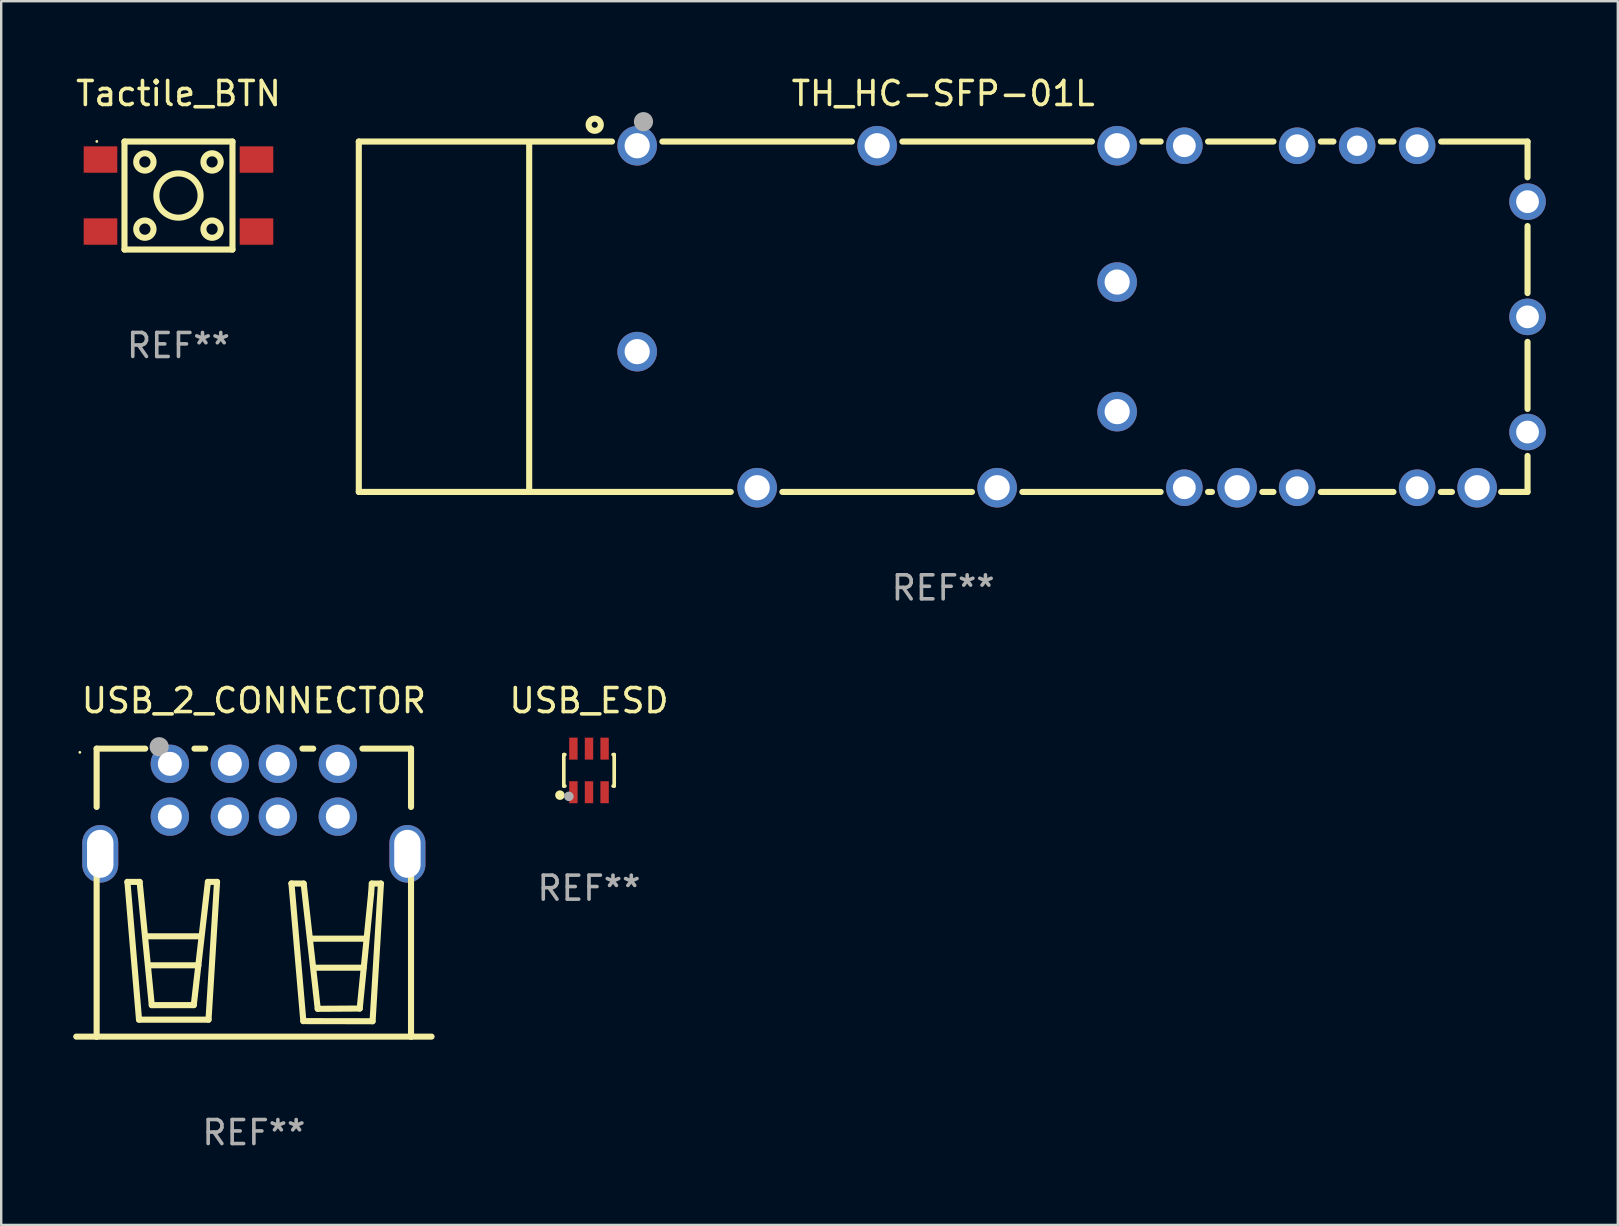
<source format=kicad_pcb>
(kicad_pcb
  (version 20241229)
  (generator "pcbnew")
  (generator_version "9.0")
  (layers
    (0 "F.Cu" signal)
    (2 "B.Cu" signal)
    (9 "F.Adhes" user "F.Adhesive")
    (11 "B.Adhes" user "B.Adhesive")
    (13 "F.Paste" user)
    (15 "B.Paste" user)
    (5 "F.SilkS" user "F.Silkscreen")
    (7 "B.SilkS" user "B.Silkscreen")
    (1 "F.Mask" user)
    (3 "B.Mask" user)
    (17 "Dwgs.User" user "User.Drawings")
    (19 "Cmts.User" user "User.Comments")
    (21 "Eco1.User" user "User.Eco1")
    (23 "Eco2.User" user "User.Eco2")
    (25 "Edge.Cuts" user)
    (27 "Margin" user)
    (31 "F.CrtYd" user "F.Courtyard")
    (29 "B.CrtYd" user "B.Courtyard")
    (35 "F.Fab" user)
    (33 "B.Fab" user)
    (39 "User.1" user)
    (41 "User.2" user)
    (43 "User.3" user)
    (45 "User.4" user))
  (footprint "USB_2_CONNECTOR"
    (layer "F.Cu")
    (at 7.527 30.653)
    (property "Reference" "USB_2_CONNECTOR" (at 0.002 -4.508 0) (layer "F.SilkS") (effects (font (size 1 1) (thickness 0.15))))
    (attr through_hole)
    (fp_line (start -6.55 -2.508) (end -6.55 -0.078) (stroke (width 0.254) (type solid)) (layer "F.SilkS"))
    (fp_line (start -6.55 -2.508) (end -4.526 -2.508) (stroke (width 0.254) (type solid)) (layer "F.SilkS"))
    (fp_line (start -6.55 2.761) (end -6.55 9.492) (stroke (width 0.254) (type solid)) (layer "F.SilkS"))
    (fp_line (start -6.55 9.492) (end -7.4 9.492) (stroke (width 0.254) (type solid)) (layer "F.SilkS"))
    (fp_line (start -6.55 9.492) (end 6.555 9.492) (stroke (width 0.254) (type solid)) (layer "F.SilkS"))
    (fp_line (start -5.267 3.045) (end -4.759 3.045) (stroke (width 0.254) (type solid)) (layer "F.SilkS"))
    (fp_line (start -4.784 8.786) (end -5.267 3.045) (stroke (width 0.254) (type solid)) (layer "F.SilkS"))
    (fp_line (start -4.759 3.045) (end -4.253 8.18) (stroke (width 0.254) (type solid)) (layer "F.SilkS"))
    (fp_line (start -4.481 5.311) (end -2.221 5.311) (stroke (width 0.254) (type solid)) (layer "F.SilkS"))
    (fp_line (start -4.341 6.521) (end -2.311 6.521) (stroke (width 0.254) (type solid)) (layer "F.SilkS"))
    (fp_line (start -4.253 8.18) (end -2.503 8.18) (stroke (width 0.254) (type solid)) (layer "F.SilkS"))
    (fp_line (start -2.503 8.18) (end -1.914 3.045) (stroke (width 0.254) (type solid)) (layer "F.SilkS"))
    (fp_line (start -2.474 -2.508) (end -2.026 -2.508) (stroke (width 0.254) (type solid)) (layer "F.SilkS"))
    (fp_line (start -1.914 3.045) (end -1.533 3.045) (stroke (width 0.254) (type solid)) (layer "F.SilkS"))
    (fp_line (start -1.888 8.786) (end -4.784 8.786) (stroke (width 0.254) (type solid)) (layer "F.SilkS"))
    (fp_line (start -1.533 3.045) (end -1.888 8.786) (stroke (width 0.254) (type solid)) (layer "F.SilkS"))
    (fp_line (start 1.568 3.111) (end 2.076 3.115) (stroke (width 0.254) (type solid)) (layer "F.SilkS"))
    (fp_line (start 2.026 -2.508) (end 2.474 -2.508) (stroke (width 0.254) (type solid)) (layer "F.SilkS"))
    (fp_line (start 2.063 8.846) (end 1.568 3.111) (stroke (width 0.254) (type solid)) (layer "F.SilkS"))
    (fp_line (start 2.076 3.115) (end 2.587 7.655) (stroke (width 0.254) (type solid)) (layer "F.SilkS"))
    (fp_line (start 2.4 5.41) (end 4.66 5.41) (stroke (width 0.254) (type solid)) (layer "F.SilkS"))
    (fp_line (start 2.54 6.62) (end 4.57 6.62) (stroke (width 0.254) (type solid)) (layer "F.SilkS"))
    (fp_line (start 2.587 7.655) (end 2.662 8.333) (stroke (width 0.254) (type solid)) (layer "F.SilkS"))
    (fp_line (start 2.662 8.333) (end 4.412 8.322) (stroke (width 0.254) (type solid)) (layer "F.SilkS"))
    (fp_line (start 4.412 8.322) (end 4.886 3.544) (stroke (width 0.254) (type solid)) (layer "F.SilkS"))
    (fp_line (start 4.526 -2.508) (end 6.55 -2.508) (stroke (width 0.254) (type solid)) (layer "F.SilkS"))
    (fp_line (start 4.886 3.544) (end 4.916 3.114) (stroke (width 0.254) (type solid)) (layer "F.SilkS"))
    (fp_line (start 4.916 3.114) (end 5.296 3.114) (stroke (width 0.254) (type solid)) (layer "F.SilkS"))
    (fp_line (start 4.948 8.851) (end 2.063 8.846) (stroke (width 0.254) (type solid)) (layer "F.SilkS"))
    (fp_line (start 5.296 3.114) (end 4.948 8.851) (stroke (width 0.254) (type solid)) (layer "F.SilkS"))
    (fp_line (start 6.55 -2.508) (end 6.55 -0.078) (stroke (width 0.254) (type solid)) (layer "F.SilkS"))
    (fp_line (start 6.55 2.761) (end 6.55 9.492) (stroke (width 0.254) (type solid)) (layer "F.SilkS"))
    (fp_line (start 6.555 9.492) (end 7.405 9.492) (stroke (width 0.254) (type solid)) (layer "F.SilkS"))
    (fp_circle (center -7.25 -2.353) (end -7.22 -2.353) (stroke (width 0.06) (type solid)) (fill no) (layer "F.SilkS"))
    (fp_circle (center -3.944 -2.587) (end -3.744 -2.587) (stroke (width 0.4) (type solid)) (fill no) (layer "F.Fab"))
    (fp_text user "REF**" (at 0.002 13.492 0) (layer "F.Fab") (effects (font (size 1 1) (thickness 0.15))))
    (pad "1" thru_hole circle (at -3.5 -1.875) (size 1.6 1.6) (drill 1) (layers "*.Cu" "*.Mask"))
    (pad "2" thru_hole circle (at -1 -1.875) (size 1.6 1.6) (drill 1) (layers "*.Cu" "*.Mask"))
    (pad "3" thru_hole circle (at 1 -1.875) (size 1.6 1.6) (drill 1) (layers "*.Cu" "*.Mask"))
    (pad "4" thru_hole circle (at 3.5 -1.875) (size 1.6 1.6) (drill 1) (layers "*.Cu" "*.Mask"))
    (pad "5" thru_hole circle (at -3.5 0.325) (size 1.6 1.6) (drill 1) (layers "*.Cu" "*.Mask"))
    (pad "6" thru_hole circle (at -1 0.325) (size 1.6 1.6) (drill 1) (layers "*.Cu" "*.Mask"))
    (pad "7" thru_hole circle (at 1 0.325) (size 1.6 1.6) (drill 1) (layers "*.Cu" "*.Mask"))
    (pad "8" thru_hole circle (at 3.5 0.325) (size 1.6 1.6) (drill 1) (layers "*.Cu" "*.Mask"))
    (pad "9" thru_hole oval (at 6.4 1.875) (size 1.5 2.4) (drill oval 1.1 2) (layers "*.Cu" "*.Mask"))
    (pad "10" thru_hole oval (at -6.4 1.875) (size 1.5 2.4) (drill oval 1.1 2) (layers "*.Cu" "*.Mask")))
  (footprint "TH_HC-SFP-01L"
    (layer "F.Cu")
    (at 42.051 10.148)
    (property "Reference" "TH_HC-SFP-01L" (at -5.8 -9.3 0) (layer "F.SilkS") (effects (font (size 1 1) (thickness 0.15))))
    (attr through_hole)
    (fp_line (start -30.15 -7.3) (end -19.6 -7.3) (stroke (width 0.254) (type solid)) (layer "F.SilkS"))
    (fp_line (start -30.15 7.3) (end -30.15 -7.3) (stroke (width 0.254) (type solid)) (layer "F.SilkS"))
    (fp_line (start -30.15 7.3) (end -14.65 7.3) (stroke (width 0.254) (type solid)) (layer "F.SilkS"))
    (fp_line (start -23.05 -7.239) (end -23.05 7.239) (stroke (width 0.254) (type solid)) (layer "F.SilkS"))
    (fp_line (start -17.5 -7.3) (end -9.6 -7.3) (stroke (width 0.254) (type solid)) (layer "F.SilkS"))
    (fp_line (start -7.5 -7.3) (end 0.4 -7.3) (stroke (width 0.254) (type solid)) (layer "F.SilkS"))
    (fp_line (start -4.6 7.3) (end -12.5 7.3) (stroke (width 0.254) (type solid)) (layer "F.SilkS"))
    (fp_line (start 2.5 -7.3) (end 3.263 -7.3) (stroke (width 0.254) (type solid)) (layer "F.SilkS"))
    (fp_line (start 3.263 7.3) (end -2.5 7.3) (stroke (width 0.254) (type solid)) (layer "F.SilkS"))
    (fp_line (start 5.237 -7.3) (end 7.963 -7.3) (stroke (width 0.254) (type solid)) (layer "F.SilkS"))
    (fp_line (start 5.4 7.3) (end 5.237 7.3) (stroke (width 0.254) (type solid)) (layer "F.SilkS"))
    (fp_line (start 7.963 7.3) (end 7.5 7.3) (stroke (width 0.254) (type solid)) (layer "F.SilkS"))
    (fp_line (start 9.937 -7.3) (end 10.463 -7.3) (stroke (width 0.254) (type solid)) (layer "F.SilkS"))
    (fp_line (start 12.437 -7.3) (end 12.963 -7.3) (stroke (width 0.254) (type solid)) (layer "F.SilkS"))
    (fp_line (start 12.963 7.3) (end 9.937 7.3) (stroke (width 0.254) (type solid)) (layer "F.SilkS"))
    (fp_line (start 15.4 7.3) (end 14.937 7.3) (stroke (width 0.254) (type solid)) (layer "F.SilkS"))
    (fp_line (start 18.55 -7.3) (end 14.95 -7.3) (stroke (width 0.254) (type solid)) (layer "F.SilkS"))
    (fp_line (start 18.55 -7.3) (end 18.55 -5.811) (stroke (width 0.254) (type solid)) (layer "F.SilkS"))
    (fp_line (start 18.55 -3.779) (end 18.55 -0.985) (stroke (width 0.254) (type solid)) (layer "F.SilkS"))
    (fp_line (start 18.55 1.047) (end 18.55 3.841) (stroke (width 0.254) (type solid)) (layer "F.SilkS"))
    (fp_line (start 18.55 5.8) (end 18.55 7.3) (stroke (width 0.254) (type solid)) (layer "F.SilkS"))
    (fp_line (start 18.55 7.3) (end 17.45 7.3) (stroke (width 0.254) (type solid)) (layer "F.SilkS"))
    (fp_circle (center -23.05 -7.3) (end -23.02 -7.3) (stroke (width 0.06) (type solid)) (fill no) (layer "F.SilkS"))
    (fp_circle (center -20.32 -8.001) (end -20.066 -8.001) (stroke (width 0.254) (type solid)) (fill no) (layer "F.SilkS"))
    (fp_circle (center -18.288 -8.128) (end -18.088 -8.128) (stroke (width 0.4) (type solid)) (fill no) (layer "F.Fab"))
    (fp_text user "REF**" (at -5.8 11.3 0) (layer "F.Fab") (effects (font (size 1 1) (thickness 0.15))))
    (pad "1" thru_hole circle (at -18.55 -7.125) (size 1.65 1.65) (drill 1.05) (layers "*.Cu" "*.Mask"))
    (pad "2" thru_hole circle (at -8.55 -7.125) (size 1.65 1.65) (drill 1.05) (layers "*.Cu" "*.Mask"))
    (pad "3" thru_hole circle (at 1.45 -7.125) (size 1.65 1.65) (drill 1.05) (layers "*.Cu" "*.Mask"))
    (pad "4" thru_hole circle (at 4.25 -7.125) (size 1.524 1.524) (drill 0.95) (layers "*.Cu" "*.Mask"))
    (pad "5" thru_hole circle (at 8.95 -7.125) (size 1.524 1.524) (drill 0.95) (layers "*.Cu" "*.Mask"))
    (pad "6" thru_hole circle (at 11.45 -7.125) (size 1.524 1.524) (drill 0.85) (layers "*.Cu" "*.Mask"))
    (pad "7" thru_hole circle (at 13.95 -7.125) (size 1.524 1.524) (drill 0.95) (layers "*.Cu" "*.Mask"))
    (pad "8" thru_hole circle (at 18.55 -4.795) (size 1.524 1.524) (drill 0.95) (layers "*.Cu" "*.Mask"))
    (pad "9" thru_hole circle (at 18.55 0.005) (size 1.524 1.524) (drill 0.95) (layers "*.Cu" "*.Mask"))
    (pad "10" thru_hole circle (at 18.55 4.805) (size 1.524 1.524) (drill 0.95) (layers "*.Cu" "*.Mask"))
    (pad "11" thru_hole circle (at 16.45 7.125) (size 1.65 1.65) (drill 1.05) (layers "*.Cu" "*.Mask"))
    (pad "12" thru_hole circle (at 13.95 7.125) (size 1.524 1.524) (drill 0.95) (layers "*.Cu" "*.Mask"))
    (pad "13" thru_hole circle (at 8.95 7.125) (size 1.524 1.524) (drill 0.95) (layers "*.Cu" "*.Mask"))
    (pad "14" thru_hole circle (at 6.45 7.125) (size 1.65 1.65) (drill 1.05) (layers "*.Cu" "*.Mask"))
    (pad "15" thru_hole circle (at 4.25 7.125) (size 1.524 1.524) (drill 0.95) (layers "*.Cu" "*.Mask"))
    (pad "16" thru_hole circle (at -3.55 7.125) (size 1.65 1.65) (drill 1.05) (layers "*.Cu" "*.Mask"))
    (pad "17" thru_hole circle (at -13.55 7.125) (size 1.65 1.65) (drill 1.05) (layers "*.Cu" "*.Mask"))
    (pad "18" thru_hole circle (at -18.55 1.455) (size 1.65 1.65) (drill 1.05) (layers "*.Cu" "*.Mask"))
    (pad "19" thru_hole circle (at 1.45 3.955) (size 1.65 1.65) (drill 1.05) (layers "*.Cu" "*.Mask"))
    (pad "20" thru_hole circle (at 1.45 -1.445) (size 1.65 1.65) (drill 1.05) (layers "*.Cu" "*.Mask")))
  (footprint "Tactile_BTN"
    (layer "F.Cu")
    (at 4.387 5.098)
    (property "Reference" "Tactile_BTN" (at 0 -4.25 0) (layer "F.SilkS") (effects (font (size 1 1) (thickness 0.15))))
    (attr through_hole)
    (fp_line (start -2.25 -2.25) (end 2.25 -2.25) (stroke (width 0.254) (type solid)) (layer "F.SilkS"))
    (fp_line (start -2.25 2.25) (end -2.25 -2.25) (stroke (width 0.254) (type solid)) (layer "F.SilkS"))
    (fp_line (start 2.25 -2.25) (end 2.25 2.25) (stroke (width 0.254) (type solid)) (layer "F.SilkS"))
    (fp_line (start 2.25 2.25) (end -2.25 2.25) (stroke (width 0.254) (type solid)) (layer "F.SilkS"))
    (fp_circle (center -3.403 -2.255) (end -3.373 -2.255) (stroke (width 0.06) (type solid)) (fill no) (layer "F.SilkS"))
    (fp_circle (center -1.4 -1.4) (end -1.039 -1.4) (stroke (width 0.254) (type solid)) (fill no) (layer "F.SilkS"))
    (fp_circle (center -1.4 1.4) (end -1.039 1.4) (stroke (width 0.254) (type solid)) (fill no) (layer "F.SilkS"))
    (fp_circle (center 0 -0.000127) (end 0.922 -0.000127) (stroke (width 0.254) (type solid)) (fill no) (layer "F.SilkS"))
    (fp_circle (center 1.4 -1.4) (end 1.761 -1.4) (stroke (width 0.254) (type solid)) (fill no) (layer "F.SilkS"))
    (fp_circle (center 1.4 1.4) (end 1.761 1.4) (stroke (width 0.254) (type solid)) (fill no) (layer "F.SilkS"))
    (fp_text user "REF**" (at 0 6.25 0) (layer "F.Fab") (effects (font (size 1 1) (thickness 0.15))))
    (pad "1" smd rect (at -3.25 -1.5) (size 1.4 1.1) (layers "F.Cu" "F.Mask" "F.Paste"))
    (pad "2" smd rect (at 3.25 -1.5) (size 1.4 1.1) (layers "F.Cu" "F.Mask" "F.Paste"))
    (pad "3" smd rect (at -3.25 1.5) (size 1.4 1.1) (layers "F.Cu" "F.Mask" "F.Paste"))
    (pad "4" smd rect (at 3.25 1.5) (size 1.4 1.1) (layers "F.Cu" "F.Mask" "F.Paste")))
  (footprint "USB_ESD"
    (layer "F.Cu")
    (at 21.493 29.053)
    (property "Reference" "USB_ESD" (at 0.000013 -2.908 0) (layer "F.SilkS") (effects (font (size 1 1) (thickness 0.15))))
    (attr through_hole)
    (fp_line (start -1.05 -0.66) (end -1.05 0.65) (stroke (width 0.152) (type solid)) (layer "F.SilkS"))
    (fp_line (start -1.05 0.65) (end -1.005 0.65) (stroke (width 0.152) (type solid)) (layer "F.SilkS"))
    (fp_line (start -1.005 -0.66) (end -1.04 -0.66) (stroke (width 0.152) (type solid)) (layer "F.SilkS"))
    (fp_line (start 1.005 0.65) (end 1.05 0.65) (stroke (width 0.152) (type solid)) (layer "F.SilkS"))
    (fp_line (start 1.05 -0.66) (end 1.005 -0.66) (stroke (width 0.152) (type solid)) (layer "F.SilkS"))
    (fp_line (start 1.05 0.65) (end 1.05 -0.66) (stroke (width 0.152) (type solid)) (layer "F.SilkS"))
    (fp_circle (center -1.21 1.03) (end -1.11 1.03) (stroke (width 0.2) (type solid)) (fill no) (layer "F.SilkS"))
    (fp_circle (center -0.84 1.08) (end -0.74 1.08) (stroke (width 0.2) (type solid)) (fill no) (layer "F.Fab"))
    (fp_text user "REF**" (at 0.000013 4.908 0) (layer "F.Fab") (effects (font (size 1 1) (thickness 0.15))))
    (pad "1" smd rect (at -0.65 0.908) (size 0.35 0.916) (layers "F.Cu" "F.Mask" "F.Paste"))
    (pad "2" smd rect (at 0 0.908) (size 0.35 0.916) (layers "F.Cu" "F.Mask" "F.Paste"))
    (pad "3" smd rect (at 0.65 0.908) (size 0.35 0.916) (layers "F.Cu" "F.Mask" "F.Paste"))
    (pad "4" smd rect (at 0.65 -0.908) (size 0.35 0.916) (layers "F.Cu" "F.Mask" "F.Paste"))
    (pad "5" smd rect (at 0 -0.908) (size 0.35 0.916) (layers "F.Cu" "F.Mask" "F.Paste"))
    (pad "6" smd rect (at -0.65 -0.908) (size 0.35 0.916) (layers "F.Cu" "F.Mask" "F.Paste")))
  (gr_rect
    (start -3 -3)
    (end 64.363 47.993)
    (stroke (width 0.1) (type default))
    (fill no)
    (layer "Edge.Cuts")))
</source>
